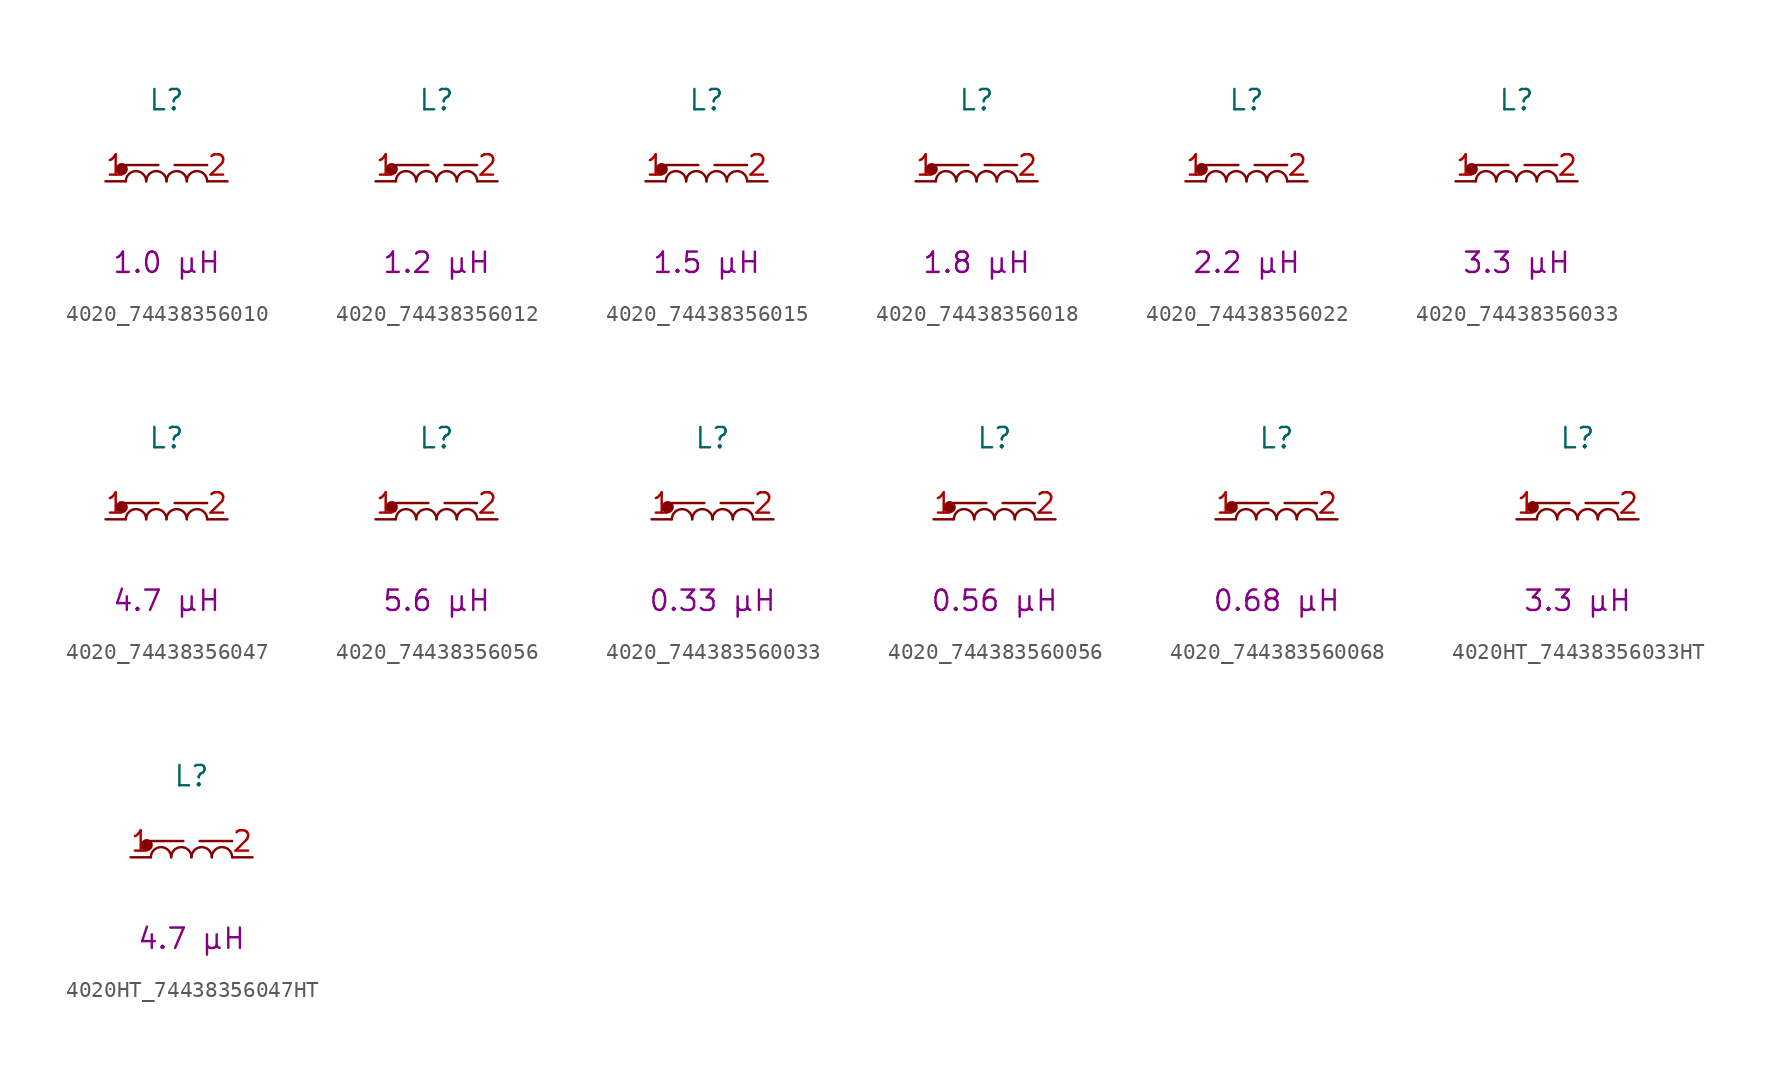
<source format=kicad_sym>
(kicad_symbol_lib
  (version 20241209)
  (generator "kicad_symbol_editor")
  (generator_version "9.0")
  (symbol "4020_74438356010"
    (pin_names
      (hide yes))
    (property "Reference" "L"
      (at 0 5.08 0)
      (effects (font (size 1.27 1.27))))
    (property "Critical Parameter" "1.0 µH"
      (at 0 -5.08 0)
      (effects (font (size 1.27 1.27))))
    (symbol "4020_74438356010_0_1"
      (polyline (pts (xy -2.54 1.016) (xy -0.508 1.016)) (stroke (width 0) (type default)) (fill (type none)))
      (arc (start -2.54 0) (mid -1.905 0.6323) (end -1.27 0) (stroke (width 0) (type default)) (fill (type none)))
      (arc (start -1.27 0) (mid -0.635 0.6323) (end 0 0) (stroke (width 0) (type default)) (fill (type none)))
      (arc (start 0 0) (mid 0.635 0.6323) (end 1.27 0) (stroke (width 0) (type default)) (fill (type none)))
      (arc (start 1.27 0) (mid 1.905 0.6323) (end 2.54 0) (stroke (width 0) (type default)) (fill (type none))))
    (symbol "4020_74438356010_1_1"
      (circle (center -2.794 0.762) (radius 0.0001) (stroke (width 0.381) (type default)) (fill (type none)))
      (polyline (pts (xy 2.54 1.016) (xy 0.508 1.016)) (stroke (width 0) (type default)) (fill (type none)))
      (pin passive line (at -3.81 0 0) (length 1.27) (name "1" (effects (font (size 1.27 1.27)))) (number "1" (effects (font (size 1.27 1.27)))))
      (pin passive line (at 3.81 0 180) (length 1.27) (name "2" (effects (font (size 1.27 1.27)))) (number "2" (effects (font (size 1.27 1.27)))))))
  (symbol "4020_74438356012"
    (pin_names
      (hide yes))
    (property "Reference" "L"
      (at 0 5.08 0)
      (effects (font (size 1.27 1.27))))
    (property "Critical Parameter" "1.2 µH"
      (at 0 -5.08 0)
      (effects (font (size 1.27 1.27))))
    (symbol "4020_74438356012_0_1"
      (polyline (pts (xy -2.54 1.016) (xy -0.508 1.016)) (stroke (width 0) (type default)) (fill (type none)))
      (arc (start -2.54 0) (mid -1.905 0.6323) (end -1.27 0) (stroke (width 0) (type default)) (fill (type none)))
      (arc (start -1.27 0) (mid -0.635 0.6323) (end 0 0) (stroke (width 0) (type default)) (fill (type none)))
      (arc (start 0 0) (mid 0.635 0.6323) (end 1.27 0) (stroke (width 0) (type default)) (fill (type none)))
      (arc (start 1.27 0) (mid 1.905 0.6323) (end 2.54 0) (stroke (width 0) (type default)) (fill (type none))))
    (symbol "4020_74438356012_1_1"
      (circle (center -2.794 0.762) (radius 0.0001) (stroke (width 0.381) (type default)) (fill (type none)))
      (polyline (pts (xy 2.54 1.016) (xy 0.508 1.016)) (stroke (width 0) (type default)) (fill (type none)))
      (pin passive line (at -3.81 0 0) (length 1.27) (name "1" (effects (font (size 1.27 1.27)))) (number "1" (effects (font (size 1.27 1.27)))))
      (pin passive line (at 3.81 0 180) (length 1.27) (name "2" (effects (font (size 1.27 1.27)))) (number "2" (effects (font (size 1.27 1.27)))))))
  (symbol "4020_74438356015"
    (pin_names
      (hide yes))
    (property "Reference" "L"
      (at 0 5.08 0)
      (effects (font (size 1.27 1.27))))
    (property "Critical Parameter" "1.5 µH"
      (at 0 -5.08 0)
      (effects (font (size 1.27 1.27))))
    (symbol "4020_74438356015_0_1"
      (polyline (pts (xy -2.54 1.016) (xy -0.508 1.016)) (stroke (width 0) (type default)) (fill (type none)))
      (arc (start -2.54 0) (mid -1.905 0.6323) (end -1.27 0) (stroke (width 0) (type default)) (fill (type none)))
      (arc (start -1.27 0) (mid -0.635 0.6323) (end 0 0) (stroke (width 0) (type default)) (fill (type none)))
      (arc (start 0 0) (mid 0.635 0.6323) (end 1.27 0) (stroke (width 0) (type default)) (fill (type none)))
      (arc (start 1.27 0) (mid 1.905 0.6323) (end 2.54 0) (stroke (width 0) (type default)) (fill (type none))))
    (symbol "4020_74438356015_1_1"
      (circle (center -2.794 0.762) (radius 0.0001) (stroke (width 0.381) (type default)) (fill (type none)))
      (polyline (pts (xy 2.54 1.016) (xy 0.508 1.016)) (stroke (width 0) (type default)) (fill (type none)))
      (pin passive line (at -3.81 0 0) (length 1.27) (name "1" (effects (font (size 1.27 1.27)))) (number "1" (effects (font (size 1.27 1.27)))))
      (pin passive line (at 3.81 0 180) (length 1.27) (name "2" (effects (font (size 1.27 1.27)))) (number "2" (effects (font (size 1.27 1.27)))))))
  (symbol "4020_74438356018"
    (pin_names
      (hide yes))
    (property "Reference" "L"
      (at 0 5.08 0)
      (effects (font (size 1.27 1.27))))
    (property "Critical Parameter" "1.8 µH"
      (at 0 -5.08 0)
      (effects (font (size 1.27 1.27))))
    (symbol "4020_74438356018_0_1"
      (polyline (pts (xy -2.54 1.016) (xy -0.508 1.016)) (stroke (width 0) (type default)) (fill (type none)))
      (arc (start -2.54 0) (mid -1.905 0.6323) (end -1.27 0) (stroke (width 0) (type default)) (fill (type none)))
      (arc (start -1.27 0) (mid -0.635 0.6323) (end 0 0) (stroke (width 0) (type default)) (fill (type none)))
      (arc (start 0 0) (mid 0.635 0.6323) (end 1.27 0) (stroke (width 0) (type default)) (fill (type none)))
      (arc (start 1.27 0) (mid 1.905 0.6323) (end 2.54 0) (stroke (width 0) (type default)) (fill (type none))))
    (symbol "4020_74438356018_1_1"
      (circle (center -2.794 0.762) (radius 0.0001) (stroke (width 0.381) (type default)) (fill (type none)))
      (polyline (pts (xy 2.54 1.016) (xy 0.508 1.016)) (stroke (width 0) (type default)) (fill (type none)))
      (pin passive line (at -3.81 0 0) (length 1.27) (name "1" (effects (font (size 1.27 1.27)))) (number "1" (effects (font (size 1.27 1.27)))))
      (pin passive line (at 3.81 0 180) (length 1.27) (name "2" (effects (font (size 1.27 1.27)))) (number "2" (effects (font (size 1.27 1.27)))))))
  (symbol "4020_74438356022"
    (pin_names
      (hide yes))
    (property "Reference" "L"
      (at 0 5.08 0)
      (effects (font (size 1.27 1.27))))
    (property "Critical Parameter" "2.2 µH"
      (at 0 -5.08 0)
      (effects (font (size 1.27 1.27))))
    (symbol "4020_74438356022_0_1"
      (polyline (pts (xy -2.54 1.016) (xy -0.508 1.016)) (stroke (width 0) (type default)) (fill (type none)))
      (arc (start -2.54 0) (mid -1.905 0.6323) (end -1.27 0) (stroke (width 0) (type default)) (fill (type none)))
      (arc (start -1.27 0) (mid -0.635 0.6323) (end 0 0) (stroke (width 0) (type default)) (fill (type none)))
      (arc (start 0 0) (mid 0.635 0.6323) (end 1.27 0) (stroke (width 0) (type default)) (fill (type none)))
      (arc (start 1.27 0) (mid 1.905 0.6323) (end 2.54 0) (stroke (width 0) (type default)) (fill (type none))))
    (symbol "4020_74438356022_1_1"
      (circle (center -2.794 0.762) (radius 0.0001) (stroke (width 0.381) (type default)) (fill (type none)))
      (polyline (pts (xy 2.54 1.016) (xy 0.508 1.016)) (stroke (width 0) (type default)) (fill (type none)))
      (pin passive line (at -3.81 0 0) (length 1.27) (name "1" (effects (font (size 1.27 1.27)))) (number "1" (effects (font (size 1.27 1.27)))))
      (pin passive line (at 3.81 0 180) (length 1.27) (name "2" (effects (font (size 1.27 1.27)))) (number "2" (effects (font (size 1.27 1.27)))))))
  (symbol "4020_74438356033"
    (pin_names
      (hide yes))
    (property "Reference" "L"
      (at 0 5.08 0)
      (effects (font (size 1.27 1.27))))
    (property "Critical Parameter" "3.3 µH"
      (at 0 -5.08 0)
      (effects (font (size 1.27 1.27))))
    (symbol "4020_74438356033_0_1"
      (polyline (pts (xy -2.54 1.016) (xy -0.508 1.016)) (stroke (width 0) (type default)) (fill (type none)))
      (arc (start -2.54 0) (mid -1.905 0.6323) (end -1.27 0) (stroke (width 0) (type default)) (fill (type none)))
      (arc (start -1.27 0) (mid -0.635 0.6323) (end 0 0) (stroke (width 0) (type default)) (fill (type none)))
      (arc (start 0 0) (mid 0.635 0.6323) (end 1.27 0) (stroke (width 0) (type default)) (fill (type none)))
      (arc (start 1.27 0) (mid 1.905 0.6323) (end 2.54 0) (stroke (width 0) (type default)) (fill (type none))))
    (symbol "4020_74438356033_1_1"
      (circle (center -2.794 0.762) (radius 0.0001) (stroke (width 0.381) (type default)) (fill (type none)))
      (polyline (pts (xy 2.54 1.016) (xy 0.508 1.016)) (stroke (width 0) (type default)) (fill (type none)))
      (pin passive line (at -3.81 0 0) (length 1.27) (name "1" (effects (font (size 1.27 1.27)))) (number "1" (effects (font (size 1.27 1.27)))))
      (pin passive line (at 3.81 0 180) (length 1.27) (name "2" (effects (font (size 1.27 1.27)))) (number "2" (effects (font (size 1.27 1.27)))))))
  (symbol "4020_74438356047"
    (pin_names
      (hide yes))
    (property "Reference" "L"
      (at 0 5.08 0)
      (effects (font (size 1.27 1.27))))
    (property "Critical Parameter" "4.7 µH"
      (at 0 -5.08 0)
      (effects (font (size 1.27 1.27))))
    (symbol "4020_74438356047_0_1"
      (polyline (pts (xy -2.54 1.016) (xy -0.508 1.016)) (stroke (width 0) (type default)) (fill (type none)))
      (arc (start -2.54 0) (mid -1.905 0.6323) (end -1.27 0) (stroke (width 0) (type default)) (fill (type none)))
      (arc (start -1.27 0) (mid -0.635 0.6323) (end 0 0) (stroke (width 0) (type default)) (fill (type none)))
      (arc (start 0 0) (mid 0.635 0.6323) (end 1.27 0) (stroke (width 0) (type default)) (fill (type none)))
      (arc (start 1.27 0) (mid 1.905 0.6323) (end 2.54 0) (stroke (width 0) (type default)) (fill (type none))))
    (symbol "4020_74438356047_1_1"
      (circle (center -2.794 0.762) (radius 0.0001) (stroke (width 0.381) (type default)) (fill (type none)))
      (polyline (pts (xy 2.54 1.016) (xy 0.508 1.016)) (stroke (width 0) (type default)) (fill (type none)))
      (pin passive line (at -3.81 0 0) (length 1.27) (name "1" (effects (font (size 1.27 1.27)))) (number "1" (effects (font (size 1.27 1.27)))))
      (pin passive line (at 3.81 0 180) (length 1.27) (name "2" (effects (font (size 1.27 1.27)))) (number "2" (effects (font (size 1.27 1.27)))))))
  (symbol "4020_74438356056"
    (pin_names
      (hide yes))
    (property "Reference" "L"
      (at 0 5.08 0)
      (effects (font (size 1.27 1.27))))
    (property "Critical Parameter" "5.6 µH"
      (at 0 -5.08 0)
      (effects (font (size 1.27 1.27))))
    (symbol "4020_74438356056_0_1"
      (polyline (pts (xy -2.54 1.016) (xy -0.508 1.016)) (stroke (width 0) (type default)) (fill (type none)))
      (arc (start -2.54 0) (mid -1.905 0.6323) (end -1.27 0) (stroke (width 0) (type default)) (fill (type none)))
      (arc (start -1.27 0) (mid -0.635 0.6323) (end 0 0) (stroke (width 0) (type default)) (fill (type none)))
      (arc (start 0 0) (mid 0.635 0.6323) (end 1.27 0) (stroke (width 0) (type default)) (fill (type none)))
      (arc (start 1.27 0) (mid 1.905 0.6323) (end 2.54 0) (stroke (width 0) (type default)) (fill (type none))))
    (symbol "4020_74438356056_1_1"
      (circle (center -2.794 0.762) (radius 0.0001) (stroke (width 0.381) (type default)) (fill (type none)))
      (polyline (pts (xy 2.54 1.016) (xy 0.508 1.016)) (stroke (width 0) (type default)) (fill (type none)))
      (pin passive line (at -3.81 0 0) (length 1.27) (name "1" (effects (font (size 1.27 1.27)))) (number "1" (effects (font (size 1.27 1.27)))))
      (pin passive line (at 3.81 0 180) (length 1.27) (name "2" (effects (font (size 1.27 1.27)))) (number "2" (effects (font (size 1.27 1.27)))))))
  (symbol "4020_744383560033"
    (pin_names
      (hide yes))
    (property "Reference" "L"
      (at 0 5.08 0)
      (effects (font (size 1.27 1.27))))
    (property "Critical Parameter" "0.33 µH"
      (at 0 -5.08 0)
      (effects (font (size 1.27 1.27))))
    (symbol "4020_744383560033_0_1"
      (polyline (pts (xy -2.54 1.016) (xy -0.508 1.016)) (stroke (width 0) (type default)) (fill (type none)))
      (arc (start -2.54 0) (mid -1.905 0.6323) (end -1.27 0) (stroke (width 0) (type default)) (fill (type none)))
      (arc (start -1.27 0) (mid -0.635 0.6323) (end 0 0) (stroke (width 0) (type default)) (fill (type none)))
      (arc (start 0 0) (mid 0.635 0.6323) (end 1.27 0) (stroke (width 0) (type default)) (fill (type none)))
      (arc (start 1.27 0) (mid 1.905 0.6323) (end 2.54 0) (stroke (width 0) (type default)) (fill (type none))))
    (symbol "4020_744383560033_1_1"
      (circle (center -2.794 0.762) (radius 0.0001) (stroke (width 0.381) (type default)) (fill (type none)))
      (polyline (pts (xy 2.54 1.016) (xy 0.508 1.016)) (stroke (width 0) (type default)) (fill (type none)))
      (pin passive line (at -3.81 0 0) (length 1.27) (name "1" (effects (font (size 1.27 1.27)))) (number "1" (effects (font (size 1.27 1.27)))))
      (pin passive line (at 3.81 0 180) (length 1.27) (name "2" (effects (font (size 1.27 1.27)))) (number "2" (effects (font (size 1.27 1.27)))))))
  (symbol "4020_744383560056"
    (pin_names
      (hide yes))
    (property "Reference" "L"
      (at 0 5.08 0)
      (effects (font (size 1.27 1.27))))
    (property "Critical Parameter" "0.56 µH"
      (at 0 -5.08 0)
      (effects (font (size 1.27 1.27))))
    (symbol "4020_744383560056_0_1"
      (polyline (pts (xy -2.54 1.016) (xy -0.508 1.016)) (stroke (width 0) (type default)) (fill (type none)))
      (arc (start -2.54 0) (mid -1.905 0.6323) (end -1.27 0) (stroke (width 0) (type default)) (fill (type none)))
      (arc (start -1.27 0) (mid -0.635 0.6323) (end 0 0) (stroke (width 0) (type default)) (fill (type none)))
      (arc (start 0 0) (mid 0.635 0.6323) (end 1.27 0) (stroke (width 0) (type default)) (fill (type none)))
      (arc (start 1.27 0) (mid 1.905 0.6323) (end 2.54 0) (stroke (width 0) (type default)) (fill (type none))))
    (symbol "4020_744383560056_1_1"
      (circle (center -2.794 0.762) (radius 0.0001) (stroke (width 0.381) (type default)) (fill (type none)))
      (polyline (pts (xy 2.54 1.016) (xy 0.508 1.016)) (stroke (width 0) (type default)) (fill (type none)))
      (pin passive line (at -3.81 0 0) (length 1.27) (name "1" (effects (font (size 1.27 1.27)))) (number "1" (effects (font (size 1.27 1.27)))))
      (pin passive line (at 3.81 0 180) (length 1.27) (name "2" (effects (font (size 1.27 1.27)))) (number "2" (effects (font (size 1.27 1.27)))))))
  (symbol "4020_744383560068"
    (pin_names
      (hide yes))
    (property "Reference" "L"
      (at 0 5.08 0)
      (effects (font (size 1.27 1.27))))
    (property "Critical Parameter" "0.68 µH"
      (at 0 -5.08 0)
      (effects (font (size 1.27 1.27))))
    (symbol "4020_744383560068_0_1"
      (polyline (pts (xy -2.54 1.016) (xy -0.508 1.016)) (stroke (width 0) (type default)) (fill (type none)))
      (arc (start -2.54 0) (mid -1.905 0.6323) (end -1.27 0) (stroke (width 0) (type default)) (fill (type none)))
      (arc (start -1.27 0) (mid -0.635 0.6323) (end 0 0) (stroke (width 0) (type default)) (fill (type none)))
      (arc (start 0 0) (mid 0.635 0.6323) (end 1.27 0) (stroke (width 0) (type default)) (fill (type none)))
      (arc (start 1.27 0) (mid 1.905 0.6323) (end 2.54 0) (stroke (width 0) (type default)) (fill (type none))))
    (symbol "4020_744383560068_1_1"
      (circle (center -2.794 0.762) (radius 0.0001) (stroke (width 0.381) (type default)) (fill (type none)))
      (polyline (pts (xy 2.54 1.016) (xy 0.508 1.016)) (stroke (width 0) (type default)) (fill (type none)))
      (pin passive line (at -3.81 0 0) (length 1.27) (name "1" (effects (font (size 1.27 1.27)))) (number "1" (effects (font (size 1.27 1.27)))))
      (pin passive line (at 3.81 0 180) (length 1.27) (name "2" (effects (font (size 1.27 1.27)))) (number "2" (effects (font (size 1.27 1.27)))))))
  (symbol "4020HT_74438356033HT"
    (pin_names
      (hide yes))
    (property "Reference" "L"
      (at 0 5.08 0)
      (effects (font (size 1.27 1.27))))
    (property "Critical Parameter" "3.3 µH"
      (at 0 -5.08 0)
      (effects (font (size 1.27 1.27))))
    (symbol "4020HT_74438356033HT_0_1"
      (polyline (pts (xy -2.54 1.016) (xy -0.508 1.016)) (stroke (width 0) (type default)) (fill (type none)))
      (arc (start -2.54 0) (mid -1.905 0.6323) (end -1.27 0) (stroke (width 0) (type default)) (fill (type none)))
      (arc (start -1.27 0) (mid -0.635 0.6323) (end 0 0) (stroke (width 0) (type default)) (fill (type none)))
      (arc (start 0 0) (mid 0.635 0.6323) (end 1.27 0) (stroke (width 0) (type default)) (fill (type none)))
      (arc (start 1.27 0) (mid 1.905 0.6323) (end 2.54 0) (stroke (width 0) (type default)) (fill (type none))))
    (symbol "4020HT_74438356033HT_1_1"
      (circle (center -2.794 0.762) (radius 0.0001) (stroke (width 0.381) (type default)) (fill (type none)))
      (polyline (pts (xy 2.54 1.016) (xy 0.508 1.016)) (stroke (width 0) (type default)) (fill (type none)))
      (pin passive line (at -3.81 0 0) (length 1.27) (name "1" (effects (font (size 1.27 1.27)))) (number "1" (effects (font (size 1.27 1.27)))))
      (pin passive line (at 3.81 0 180) (length 1.27) (name "2" (effects (font (size 1.27 1.27)))) (number "2" (effects (font (size 1.27 1.27)))))))
  (symbol "4020HT_74438356047HT"
    (pin_names
      (hide yes))
    (property "Reference" "L"
      (at 0 5.08 0)
      (effects (font (size 1.27 1.27))))
    (property "Critical Parameter" "4.7 µH"
      (at 0 -5.08 0)
      (effects (font (size 1.27 1.27))))
    (symbol "4020HT_74438356047HT_0_1"
      (polyline (pts (xy -2.54 1.016) (xy -0.508 1.016)) (stroke (width 0) (type default)) (fill (type none)))
      (arc (start -2.54 0) (mid -1.905 0.6323) (end -1.27 0) (stroke (width 0) (type default)) (fill (type none)))
      (arc (start -1.27 0) (mid -0.635 0.6323) (end 0 0) (stroke (width 0) (type default)) (fill (type none)))
      (arc (start 0 0) (mid 0.635 0.6323) (end 1.27 0) (stroke (width 0) (type default)) (fill (type none)))
      (arc (start 1.27 0) (mid 1.905 0.6323) (end 2.54 0) (stroke (width 0) (type default)) (fill (type none))))
    (symbol "4020HT_74438356047HT_1_1"
      (circle (center -2.794 0.762) (radius 0.0001) (stroke (width 0.381) (type default)) (fill (type none)))
      (polyline (pts (xy 2.54 1.016) (xy 0.508 1.016)) (stroke (width 0) (type default)) (fill (type none)))
      (pin passive line (at -3.81 0 0) (length 1.27) (name "1" (effects (font (size 1.27 1.27)))) (number "1" (effects (font (size 1.27 1.27)))))
      (pin passive line (at 3.81 0 180) (length 1.27) (name "2" (effects (font (size 1.27 1.27)))) (number "2" (effects (font (size 1.27 1.27))))))))
</source>
